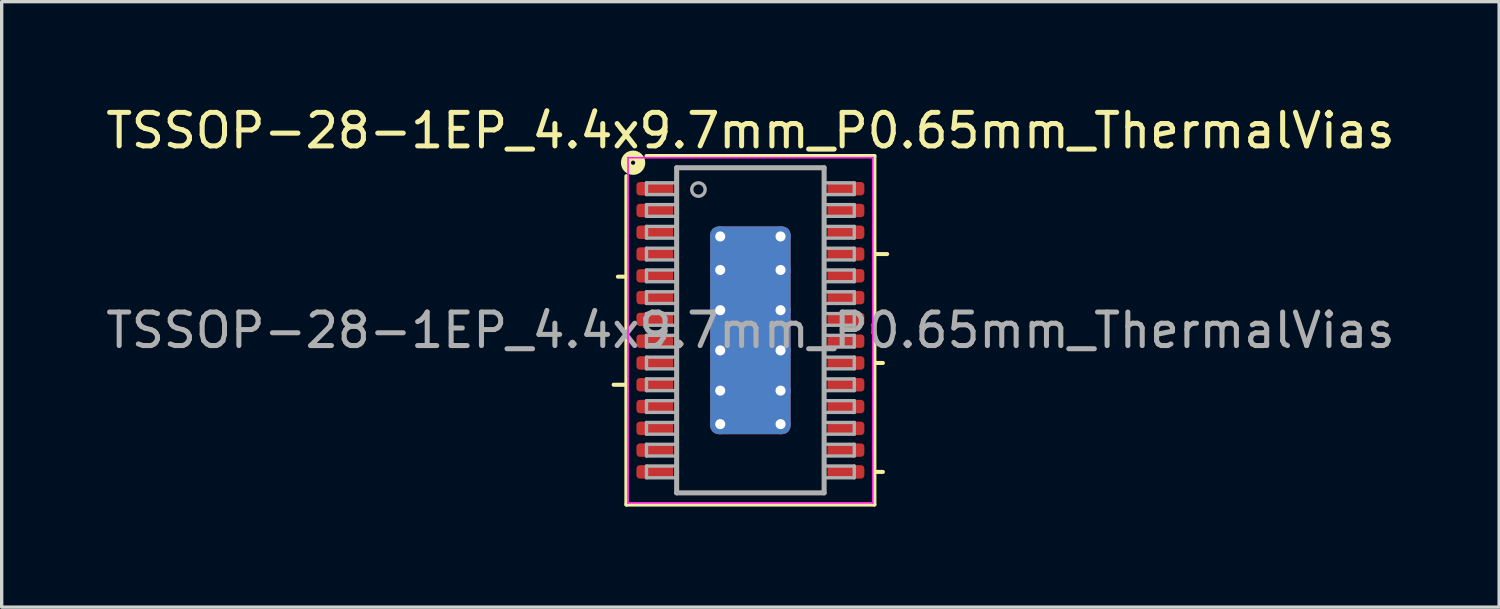
<source format=kicad_pcb>
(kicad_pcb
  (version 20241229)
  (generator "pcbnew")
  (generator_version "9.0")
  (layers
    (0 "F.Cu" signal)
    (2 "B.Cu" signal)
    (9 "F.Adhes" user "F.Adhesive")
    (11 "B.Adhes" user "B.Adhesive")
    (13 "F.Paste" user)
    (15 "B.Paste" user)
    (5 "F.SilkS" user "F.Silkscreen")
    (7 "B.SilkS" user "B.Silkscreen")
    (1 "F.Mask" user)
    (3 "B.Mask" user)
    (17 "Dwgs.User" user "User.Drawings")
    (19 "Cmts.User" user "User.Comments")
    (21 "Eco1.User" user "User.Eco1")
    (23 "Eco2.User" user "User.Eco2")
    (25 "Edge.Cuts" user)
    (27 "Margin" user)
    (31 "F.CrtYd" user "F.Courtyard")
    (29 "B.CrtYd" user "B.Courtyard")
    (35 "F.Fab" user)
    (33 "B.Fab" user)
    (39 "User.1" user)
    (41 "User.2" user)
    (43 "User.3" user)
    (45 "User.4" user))
  (footprint "TSSOP-28-1EP_4.4x9.7mm_P0.65mm_ThermalVias"
    (layer "F.Cu")
    (at 19.339 6.805)
    (property "Reference" "TSSOP-28-1EP_4.4x9.7mm_P0.65mm_ThermalVias" (at 0 -5.957 0) (layer "F.SilkS") (effects (font (size 1 1) (thickness 0.15))))
    (attr smd)
    (fp_line (start -4.081 1.625) (end -3.7 1.625) (stroke (width 0.12) (type solid)) (layer "F.SilkS"))
    (fp_line (start -3.954 -1.6) (end -3.7 -1.6) (stroke (width 0.12) (type solid)) (layer "F.SilkS"))
    (fp_line (start -3.7 -4.6) (end -3.7 5.2) (stroke (width 0.12) (type solid)) (layer "F.SilkS"))
    (fp_line (start -3.7 5.2) (end 3.7 5.2) (stroke (width 0.12) (type solid)) (layer "F.SilkS"))
    (fp_line (start 3.7 -5.2) (end -3.1 -5.2) (stroke (width 0.12) (type solid)) (layer "F.SilkS"))
    (fp_line (start 3.7 -2.275) (end 4.081 -2.275) (stroke (width 0.12) (type solid)) (layer "F.SilkS"))
    (fp_line (start 3.7 0.975) (end 3.954 0.975) (stroke (width 0.12) (type solid)) (layer "F.SilkS"))
    (fp_line (start 3.7 4.225) (end 3.954 4.225) (stroke (width 0.12) (type solid)) (layer "F.SilkS"))
    (fp_line (start 3.7 5.2) (end 3.7 -5.2) (stroke (width 0.12) (type solid)) (layer "F.SilkS"))
    (fp_circle (center -3.5 -5) (end -3.437 -5) (stroke (width 0.3) (type solid)) (fill no) (layer "F.SilkS"))
    (fp_line (start -3.65 -5.15) (end -3.65 5.15) (stroke (width 0.05) (type solid)) (layer "F.CrtYd"))
    (fp_line (start -3.65 -5.15) (end 3.65 -5.15) (stroke (width 0.05) (type solid)) (layer "F.CrtYd"))
    (fp_line (start -3.65 5.15) (end 3.65 5.15) (stroke (width 0.05) (type solid)) (layer "F.CrtYd"))
    (fp_line (start 3.65 -5.15) (end 3.65 5.15) (stroke (width 0.05) (type solid)) (layer "F.CrtYd"))
    (fp_line (start -3.1 -4.4) (end -3.1 -4.05) (stroke (width 0.1) (type solid)) (layer "F.Fab"))
    (fp_line (start -3.1 -4.4) (end -2.2 -4.4) (stroke (width 0.1) (type solid)) (layer "F.Fab"))
    (fp_line (start -3.1 -4.05) (end -2.2 -4.05) (stroke (width 0.1) (type solid)) (layer "F.Fab"))
    (fp_line (start -3.1 -3.75) (end -3.1 -3.4) (stroke (width 0.1) (type solid)) (layer "F.Fab"))
    (fp_line (start -3.1 -3.75) (end -2.2 -3.75) (stroke (width 0.1) (type solid)) (layer "F.Fab"))
    (fp_line (start -3.1 -3.4) (end -2.2 -3.4) (stroke (width 0.1) (type solid)) (layer "F.Fab"))
    (fp_line (start -3.1 -3.1) (end -3.1 -2.75) (stroke (width 0.1) (type solid)) (layer "F.Fab"))
    (fp_line (start -3.1 -3.1) (end -2.2 -3.1) (stroke (width 0.1) (type solid)) (layer "F.Fab"))
    (fp_line (start -3.1 -2.75) (end -2.2 -2.75) (stroke (width 0.1) (type solid)) (layer "F.Fab"))
    (fp_line (start -3.1 -2.45) (end -3.1 -2.1) (stroke (width 0.1) (type solid)) (layer "F.Fab"))
    (fp_line (start -3.1 -2.45) (end -2.2 -2.45) (stroke (width 0.1) (type solid)) (layer "F.Fab"))
    (fp_line (start -3.1 -2.1) (end -2.2 -2.1) (stroke (width 0.1) (type solid)) (layer "F.Fab"))
    (fp_line (start -3.1 -1.8) (end -3.1 -1.45) (stroke (width 0.1) (type solid)) (layer "F.Fab"))
    (fp_line (start -3.1 -1.8) (end -2.2 -1.8) (stroke (width 0.1) (type solid)) (layer "F.Fab"))
    (fp_line (start -3.1 -1.45) (end -2.2 -1.45) (stroke (width 0.1) (type solid)) (layer "F.Fab"))
    (fp_line (start -3.1 -1.15) (end -3.1 -0.8) (stroke (width 0.1) (type solid)) (layer "F.Fab"))
    (fp_line (start -3.1 -1.15) (end -2.2 -1.15) (stroke (width 0.1) (type solid)) (layer "F.Fab"))
    (fp_line (start -3.1 -0.8) (end -2.2 -0.8) (stroke (width 0.1) (type solid)) (layer "F.Fab"))
    (fp_line (start -3.1 -0.5) (end -3.1 -0.15) (stroke (width 0.1) (type solid)) (layer "F.Fab"))
    (fp_line (start -3.1 -0.5) (end -2.2 -0.5) (stroke (width 0.1) (type solid)) (layer "F.Fab"))
    (fp_line (start -3.1 -0.15) (end -2.2 -0.15) (stroke (width 0.1) (type solid)) (layer "F.Fab"))
    (fp_line (start -3.1 0.15) (end -3.1 0.5) (stroke (width 0.1) (type solid)) (layer "F.Fab"))
    (fp_line (start -3.1 0.15) (end -2.2 0.15) (stroke (width 0.1) (type solid)) (layer "F.Fab"))
    (fp_line (start -3.1 0.5) (end -2.2 0.5) (stroke (width 0.1) (type solid)) (layer "F.Fab"))
    (fp_line (start -3.1 0.8) (end -3.1 1.15) (stroke (width 0.1) (type solid)) (layer "F.Fab"))
    (fp_line (start -3.1 0.8) (end -2.2 0.8) (stroke (width 0.1) (type solid)) (layer "F.Fab"))
    (fp_line (start -3.1 1.15) (end -2.2 1.15) (stroke (width 0.1) (type solid)) (layer "F.Fab"))
    (fp_line (start -3.1 1.45) (end -3.1 1.8) (stroke (width 0.1) (type solid)) (layer "F.Fab"))
    (fp_line (start -3.1 1.45) (end -2.2 1.45) (stroke (width 0.1) (type solid)) (layer "F.Fab"))
    (fp_line (start -3.1 1.8) (end -2.2 1.8) (stroke (width 0.1) (type solid)) (layer "F.Fab"))
    (fp_line (start -3.1 2.1) (end -3.1 2.45) (stroke (width 0.1) (type solid)) (layer "F.Fab"))
    (fp_line (start -3.1 2.1) (end -2.2 2.1) (stroke (width 0.1) (type solid)) (layer "F.Fab"))
    (fp_line (start -3.1 2.45) (end -2.2 2.45) (stroke (width 0.1) (type solid)) (layer "F.Fab"))
    (fp_line (start -3.1 2.75) (end -3.1 3.1) (stroke (width 0.1) (type solid)) (layer "F.Fab"))
    (fp_line (start -3.1 2.75) (end -2.2 2.75) (stroke (width 0.1) (type solid)) (layer "F.Fab"))
    (fp_line (start -3.1 3.1) (end -2.2 3.1) (stroke (width 0.1) (type solid)) (layer "F.Fab"))
    (fp_line (start -3.1 3.4) (end -3.1 3.75) (stroke (width 0.1) (type solid)) (layer "F.Fab"))
    (fp_line (start -3.1 3.4) (end -2.2 3.4) (stroke (width 0.1) (type solid)) (layer "F.Fab"))
    (fp_line (start -3.1 3.75) (end -2.2 3.75) (stroke (width 0.1) (type solid)) (layer "F.Fab"))
    (fp_line (start -3.1 4.05) (end -3.1 4.4) (stroke (width 0.1) (type solid)) (layer "F.Fab"))
    (fp_line (start -3.1 4.05) (end -2.2 4.05) (stroke (width 0.1) (type solid)) (layer "F.Fab"))
    (fp_line (start -3.1 4.4) (end -2.2 4.4) (stroke (width 0.1) (type solid)) (layer "F.Fab"))
    (fp_line (start -2.2 -4.85) (end 2.2 -4.85) (stroke (width 0.15) (type solid)) (layer "F.Fab"))
    (fp_line (start -2.2 4.85) (end -2.2 -4.85) (stroke (width 0.15) (type solid)) (layer "F.Fab"))
    (fp_line (start 2.2 -4.85) (end 2.2 4.85) (stroke (width 0.15) (type solid)) (layer "F.Fab"))
    (fp_line (start 2.2 4.85) (end -2.2 4.85) (stroke (width 0.15) (type solid)) (layer "F.Fab"))
    (fp_line (start 3.1 -4.4) (end 2.2 -4.4) (stroke (width 0.1) (type solid)) (layer "F.Fab"))
    (fp_line (start 3.1 -4.05) (end 2.2 -4.05) (stroke (width 0.1) (type solid)) (layer "F.Fab"))
    (fp_line (start 3.1 -4.05) (end 3.1 -4.4) (stroke (width 0.1) (type solid)) (layer "F.Fab"))
    (fp_line (start 3.1 -3.75) (end 2.2 -3.75) (stroke (width 0.1) (type solid)) (layer "F.Fab"))
    (fp_line (start 3.1 -3.4) (end 2.2 -3.4) (stroke (width 0.1) (type solid)) (layer "F.Fab"))
    (fp_line (start 3.1 -3.4) (end 3.1 -3.75) (stroke (width 0.1) (type solid)) (layer "F.Fab"))
    (fp_line (start 3.1 -3.1) (end 2.2 -3.1) (stroke (width 0.1) (type solid)) (layer "F.Fab"))
    (fp_line (start 3.1 -2.75) (end 2.2 -2.75) (stroke (width 0.1) (type solid)) (layer "F.Fab"))
    (fp_line (start 3.1 -2.75) (end 3.1 -3.1) (stroke (width 0.1) (type solid)) (layer "F.Fab"))
    (fp_line (start 3.1 -2.45) (end 2.2 -2.45) (stroke (width 0.1) (type solid)) (layer "F.Fab"))
    (fp_line (start 3.1 -2.1) (end 2.2 -2.1) (stroke (width 0.1) (type solid)) (layer "F.Fab"))
    (fp_line (start 3.1 -2.1) (end 3.1 -2.45) (stroke (width 0.1) (type solid)) (layer "F.Fab"))
    (fp_line (start 3.1 -1.8) (end 2.2 -1.8) (stroke (width 0.1) (type solid)) (layer "F.Fab"))
    (fp_line (start 3.1 -1.45) (end 2.2 -1.45) (stroke (width 0.1) (type solid)) (layer "F.Fab"))
    (fp_line (start 3.1 -1.45) (end 3.1 -1.8) (stroke (width 0.1) (type solid)) (layer "F.Fab"))
    (fp_line (start 3.1 -1.15) (end 2.2 -1.15) (stroke (width 0.1) (type solid)) (layer "F.Fab"))
    (fp_line (start 3.1 -0.8) (end 2.2 -0.8) (stroke (width 0.1) (type solid)) (layer "F.Fab"))
    (fp_line (start 3.1 -0.8) (end 3.1 -1.15) (stroke (width 0.1) (type solid)) (layer "F.Fab"))
    (fp_line (start 3.1 -0.5) (end 2.2 -0.5) (stroke (width 0.1) (type solid)) (layer "F.Fab"))
    (fp_line (start 3.1 -0.15) (end 2.2 -0.15) (stroke (width 0.1) (type solid)) (layer "F.Fab"))
    (fp_line (start 3.1 -0.15) (end 3.1 -0.5) (stroke (width 0.1) (type solid)) (layer "F.Fab"))
    (fp_line (start 3.1 0.15) (end 2.2 0.15) (stroke (width 0.1) (type solid)) (layer "F.Fab"))
    (fp_line (start 3.1 0.5) (end 2.2 0.5) (stroke (width 0.1) (type solid)) (layer "F.Fab"))
    (fp_line (start 3.1 0.5) (end 3.1 0.15) (stroke (width 0.1) (type solid)) (layer "F.Fab"))
    (fp_line (start 3.1 0.8) (end 2.2 0.8) (stroke (width 0.1) (type solid)) (layer "F.Fab"))
    (fp_line (start 3.1 1.15) (end 2.2 1.15) (stroke (width 0.1) (type solid)) (layer "F.Fab"))
    (fp_line (start 3.1 1.15) (end 3.1 0.8) (stroke (width 0.1) (type solid)) (layer "F.Fab"))
    (fp_line (start 3.1 1.45) (end 2.2 1.45) (stroke (width 0.1) (type solid)) (layer "F.Fab"))
    (fp_line (start 3.1 1.8) (end 2.2 1.8) (stroke (width 0.1) (type solid)) (layer "F.Fab"))
    (fp_line (start 3.1 1.8) (end 3.1 1.45) (stroke (width 0.1) (type solid)) (layer "F.Fab"))
    (fp_line (start 3.1 2.1) (end 2.2 2.1) (stroke (width 0.1) (type solid)) (layer "F.Fab"))
    (fp_line (start 3.1 2.45) (end 2.2 2.45) (stroke (width 0.1) (type solid)) (layer "F.Fab"))
    (fp_line (start 3.1 2.45) (end 3.1 2.1) (stroke (width 0.1) (type solid)) (layer "F.Fab"))
    (fp_line (start 3.1 2.75) (end 2.2 2.75) (stroke (width 0.1) (type solid)) (layer "F.Fab"))
    (fp_line (start 3.1 3.1) (end 2.2 3.1) (stroke (width 0.1) (type solid)) (layer "F.Fab"))
    (fp_line (start 3.1 3.1) (end 3.1 2.75) (stroke (width 0.1) (type solid)) (layer "F.Fab"))
    (fp_line (start 3.1 3.4) (end 2.2 3.4) (stroke (width 0.1) (type solid)) (layer "F.Fab"))
    (fp_line (start 3.1 3.75) (end 2.2 3.75) (stroke (width 0.1) (type solid)) (layer "F.Fab"))
    (fp_line (start 3.1 3.75) (end 3.1 3.4) (stroke (width 0.1) (type solid)) (layer "F.Fab"))
    (fp_line (start 3.1 4.05) (end 2.2 4.05) (stroke (width 0.1) (type solid)) (layer "F.Fab"))
    (fp_line (start 3.1 4.4) (end 2.2 4.4) (stroke (width 0.1) (type solid)) (layer "F.Fab"))
    (fp_line (start 3.1 4.4) (end 3.1 4.05) (stroke (width 0.1) (type solid)) (layer "F.Fab"))
    (fp_circle (center -1.55 -4.2) (end -1.35 -4.2) (stroke (width 0.1) (type solid)) (fill no) (layer "F.Fab"))
    (fp_text user "${REFERENCE}" (at 0 0 0) (layer "F.Fab") (effects (font (size 1 1) (thickness 0.15))))
    (pad "" smd roundrect (at -0.6 -2.4) (size 0.9 0.9) (layers "F.Paste") (roundrect_rratio 0.25))
    (pad "" smd roundrect (at -0.6 -1.2) (size 0.9 0.9) (layers "F.Paste") (roundrect_rratio 0.25))
    (pad "" smd roundrect (at -0.6 0) (size 0.9 0.9) (layers "F.Paste") (roundrect_rratio 0.25))
    (pad "" smd roundrect (at -0.6 1.2) (size 0.9 0.9) (layers "F.Paste") (roundrect_rratio 0.25))
    (pad "" smd roundrect (at -0.6 2.4) (size 0.9 0.9) (layers "F.Paste") (roundrect_rratio 0.25))
    (pad "" smd roundrect (at 0.6 -2.4) (size 0.9 0.9) (layers "F.Paste") (roundrect_rratio 0.25))
    (pad "" smd roundrect (at 0.6 -1.2) (size 0.9 0.9) (layers "F.Paste") (roundrect_rratio 0.25))
    (pad "" smd roundrect (at 0.6 0) (size 0.9 0.9) (layers "F.Paste") (roundrect_rratio 0.25))
    (pad "" smd roundrect (at 0.6 1.2) (size 0.9 0.9) (layers "F.Paste") (roundrect_rratio 0.25))
    (pad "" smd roundrect (at 0.6 2.4) (size 0.9 0.9) (layers "F.Paste") (roundrect_rratio 0.25))
    (pad "1" smd roundrect (at -2.85 -4.225) (size 1.1 0.4) (layers "F.Cu" "F.Mask" "F.Paste") (roundrect_rratio 0.25))
    (pad "2" smd roundrect (at -2.85 -3.575) (size 1.1 0.4) (layers "F.Cu" "F.Mask" "F.Paste") (roundrect_rratio 0.25))
    (pad "3" smd roundrect (at -2.85 -2.925) (size 1.1 0.4) (layers "F.Cu" "F.Mask" "F.Paste") (roundrect_rratio 0.25))
    (pad "4" smd roundrect (at -2.85 -2.275) (size 1.1 0.4) (layers "F.Cu" "F.Mask" "F.Paste") (roundrect_rratio 0.25))
    (pad "5" smd roundrect (at -2.85 -1.625) (size 1.1 0.4) (layers "F.Cu" "F.Mask" "F.Paste") (roundrect_rratio 0.25))
    (pad "6" smd roundrect (at -2.85 -0.975) (size 1.1 0.4) (layers "F.Cu" "F.Mask" "F.Paste") (roundrect_rratio 0.25))
    (pad "7" smd roundrect (at -2.85 -0.325) (size 1.1 0.4) (layers "F.Cu" "F.Mask" "F.Paste") (roundrect_rratio 0.25))
    (pad "8" smd roundrect (at -2.85 0.325) (size 1.1 0.4) (layers "F.Cu" "F.Mask" "F.Paste") (roundrect_rratio 0.25))
    (pad "9" smd roundrect (at -2.85 0.975) (size 1.1 0.4) (layers "F.Cu" "F.Mask" "F.Paste") (roundrect_rratio 0.25))
    (pad "10" smd roundrect (at -2.85 1.625) (size 1.1 0.4) (layers "F.Cu" "F.Mask" "F.Paste") (roundrect_rratio 0.25))
    (pad "11" smd roundrect (at -2.85 2.275) (size 1.1 0.4) (layers "F.Cu" "F.Mask" "F.Paste") (roundrect_rratio 0.25))
    (pad "12" smd roundrect (at -2.85 2.925) (size 1.1 0.4) (layers "F.Cu" "F.Mask" "F.Paste") (roundrect_rratio 0.25))
    (pad "13" smd roundrect (at -2.85 3.575) (size 1.1 0.4) (layers "F.Cu" "F.Mask" "F.Paste") (roundrect_rratio 0.25))
    (pad "14" smd roundrect (at -2.85 4.225) (size 1.1 0.4) (layers "F.Cu" "F.Mask" "F.Paste") (roundrect_rratio 0.25))
    (pad "15" smd roundrect (at 2.85 4.225) (size 1.1 0.4) (layers "F.Cu" "F.Mask" "F.Paste") (roundrect_rratio 0.25))
    (pad "16" smd roundrect (at 2.85 3.575) (size 1.1 0.4) (layers "F.Cu" "F.Mask" "F.Paste") (roundrect_rratio 0.25))
    (pad "17" smd roundrect (at 2.85 2.925) (size 1.1 0.4) (layers "F.Cu" "F.Mask" "F.Paste") (roundrect_rratio 0.25))
    (pad "18" smd roundrect (at 2.85 2.275) (size 1.1 0.4) (layers "F.Cu" "F.Mask" "F.Paste") (roundrect_rratio 0.25))
    (pad "19" smd roundrect (at 2.85 1.625) (size 1.1 0.4) (layers "F.Cu" "F.Mask" "F.Paste") (roundrect_rratio 0.25))
    (pad "20" smd roundrect (at 2.85 0.975) (size 1.1 0.4) (layers "F.Cu" "F.Mask" "F.Paste") (roundrect_rratio 0.25))
    (pad "21" smd roundrect (at 2.85 0.325) (size 1.1 0.4) (layers "F.Cu" "F.Mask" "F.Paste") (roundrect_rratio 0.25))
    (pad "22" smd roundrect (at 2.85 -0.325) (size 1.1 0.4) (layers "F.Cu" "F.Mask" "F.Paste") (roundrect_rratio 0.25))
    (pad "23" smd roundrect (at 2.85 -0.975) (size 1.1 0.4) (layers "F.Cu" "F.Mask" "F.Paste") (roundrect_rratio 0.25))
    (pad "24" smd roundrect (at 2.85 -1.625) (size 1.1 0.4) (layers "F.Cu" "F.Mask" "F.Paste") (roundrect_rratio 0.25))
    (pad "25" smd roundrect (at 2.85 -2.275) (size 1.1 0.4) (layers "F.Cu" "F.Mask" "F.Paste") (roundrect_rratio 0.25))
    (pad "26" smd roundrect (at 2.85 -2.925) (size 1.1 0.4) (layers "F.Cu" "F.Mask" "F.Paste") (roundrect_rratio 0.25))
    (pad "27" smd roundrect (at 2.85 -3.575) (size 1.1 0.4) (layers "F.Cu" "F.Mask" "F.Paste") (roundrect_rratio 0.25))
    (pad "28" smd roundrect (at 2.85 -4.225) (size 1.1 0.4) (layers "F.Cu" "F.Mask" "F.Paste") (roundrect_rratio 0.25))
    (pad "29" thru_hole circle (at -0.9 -2.8) (size 0.6 0.6) (drill 0.3) (property pad_prop_heatsink) (layers "*.Cu"))
    (pad "29" thru_hole circle (at -0.9 -1.8) (size 0.6 0.6) (drill 0.3) (property pad_prop_heatsink) (layers "*.Cu"))
    (pad "29" thru_hole circle (at -0.9 -0.6) (size 0.6 0.6) (drill 0.3) (property pad_prop_heatsink) (layers "*.Cu"))
    (pad "29" thru_hole circle (at -0.9 0.6) (size 0.6 0.6) (drill 0.3) (property pad_prop_heatsink) (layers "*.Cu"))
    (pad "29" thru_hole circle (at -0.9 1.8) (size 0.6 0.6) (drill 0.3) (property pad_prop_heatsink) (layers "*.Cu"))
    (pad "29" thru_hole circle (at -0.9 2.8) (size 0.6 0.6) (drill 0.3) (property pad_prop_heatsink) (layers "*.Cu"))
    (pad "29" smd roundrect (at 0 0) (size 2.4 6.2) (layers "F.Cu" "F.Mask") (roundrect_rratio 0.104))
    (pad "29" smd roundrect (at 0 0) (size 2.4 6.2) (layers "B.Cu" "B.Mask") (roundrect_rratio 0.104))
    (pad "29" thru_hole circle (at 0.9 -2.8) (size 0.6 0.6) (drill 0.3) (property pad_prop_heatsink) (layers "*.Cu"))
    (pad "29" thru_hole circle (at 0.9 -1.8) (size 0.6 0.6) (drill 0.3) (property pad_prop_heatsink) (layers "*.Cu"))
    (pad "29" thru_hole circle (at 0.9 -0.6) (size 0.6 0.6) (drill 0.3) (property pad_prop_heatsink) (layers "*.Cu"))
    (pad "29" thru_hole circle (at 0.9 0.6) (size 0.6 0.6) (drill 0.3) (property pad_prop_heatsink) (layers "*.Cu"))
    (pad "29" thru_hole circle (at 0.9 1.8) (size 0.6 0.6) (drill 0.3) (property pad_prop_heatsink) (layers "*.Cu"))
    (pad "29" thru_hole circle (at 0.9 2.8) (size 0.6 0.6) (drill 0.3) (property pad_prop_heatsink) (layers "*.Cu")))
  (gr_rect
    (start -3 -3)
    (end 41.679 15.065)
    (stroke (width 0.1) (type default))
    (fill no)
    (layer "Edge.Cuts")))
</source>
